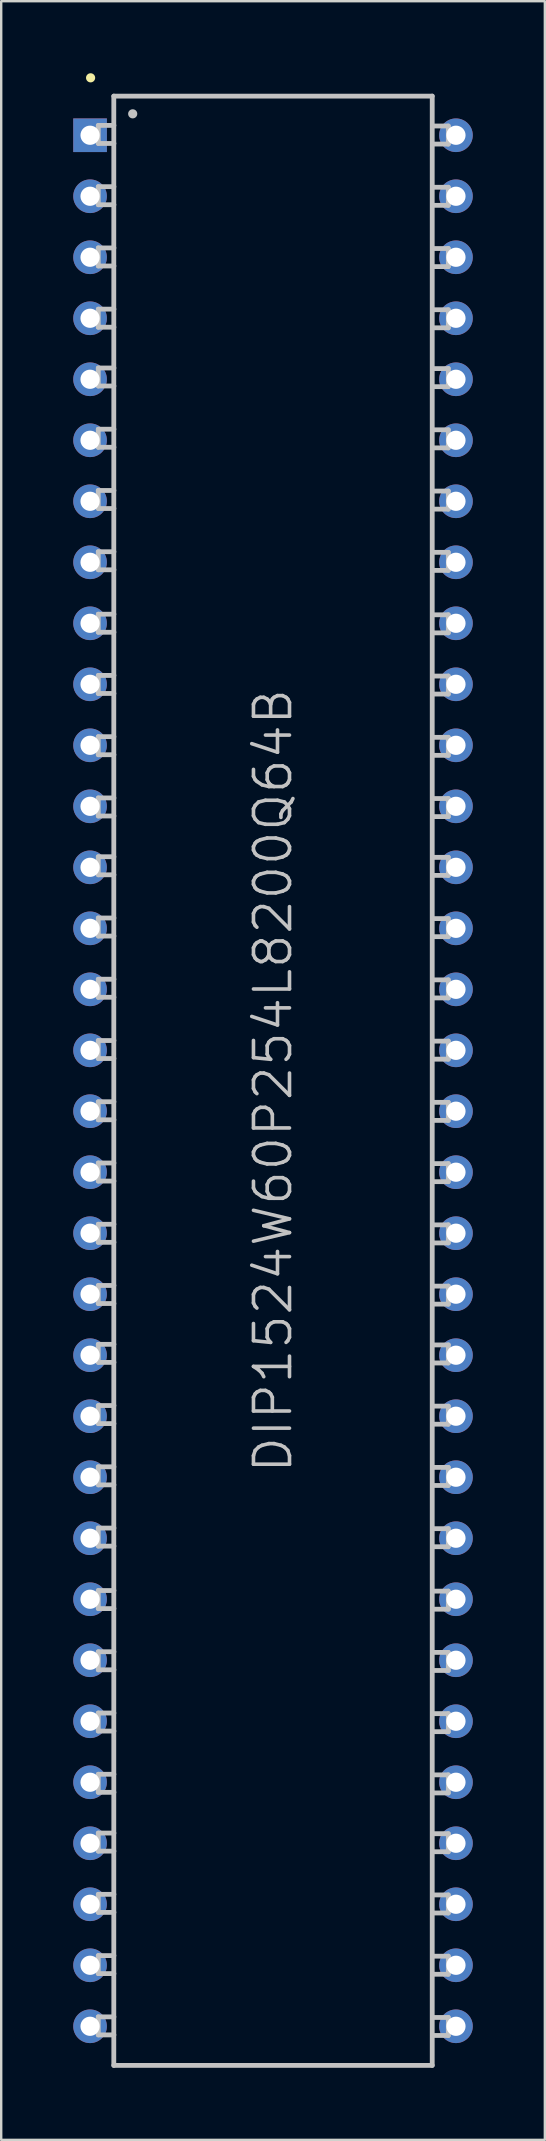
<source format=kicad_pcb>
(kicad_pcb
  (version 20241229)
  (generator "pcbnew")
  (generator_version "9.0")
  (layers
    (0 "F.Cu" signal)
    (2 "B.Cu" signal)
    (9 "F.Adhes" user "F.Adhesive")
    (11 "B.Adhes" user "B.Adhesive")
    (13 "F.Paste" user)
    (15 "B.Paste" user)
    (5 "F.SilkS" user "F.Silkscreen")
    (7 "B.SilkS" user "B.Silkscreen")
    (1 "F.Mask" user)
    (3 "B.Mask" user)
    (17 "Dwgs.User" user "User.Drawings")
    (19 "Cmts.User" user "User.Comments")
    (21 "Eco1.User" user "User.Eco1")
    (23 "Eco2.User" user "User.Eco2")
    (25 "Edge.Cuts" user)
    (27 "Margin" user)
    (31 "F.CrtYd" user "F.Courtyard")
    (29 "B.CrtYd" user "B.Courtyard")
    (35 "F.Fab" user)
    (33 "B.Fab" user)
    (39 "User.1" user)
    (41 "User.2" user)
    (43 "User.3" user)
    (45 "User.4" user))
  (footprint "DIP1524W60P254L8200Q64B"
    (layer "F.Cu")
    (at 8.317 41.948)
    (property "Reference" "DIP1524W60P254L8200Q64B" (at 0 0 90) (layer "Dwgs.User") (effects (font (size 1.5 1.5) (thickness 0.15))))
    (attr through_hole)
    (fp_line (start -7.595 -41.758) (end -7.595 -41.758) (stroke (width 0.381) (type solid)) (layer "F.SilkS"))
    (fp_line (start -7.275 -39.776) (end -6.624 -39.776) (stroke (width 0.2) (type solid)) (layer "Dwgs.User"))
    (fp_line (start -7.275 -39.025) (end -7.275 -39.776) (stroke (width 0.2) (type solid)) (layer "Dwgs.User"))
    (fp_line (start -7.275 -39.025) (end -6.624 -39.025) (stroke (width 0.2) (type solid)) (layer "Dwgs.User"))
    (fp_line (start -7.275 -37.226) (end -6.624 -37.226) (stroke (width 0.2) (type solid)) (layer "Dwgs.User"))
    (fp_line (start -7.275 -36.474) (end -7.275 -37.226) (stroke (width 0.2) (type solid)) (layer "Dwgs.User"))
    (fp_line (start -7.275 -36.474) (end -6.624 -36.474) (stroke (width 0.2) (type solid)) (layer "Dwgs.User"))
    (fp_line (start -7.275 -34.676) (end -6.624 -34.676) (stroke (width 0.2) (type solid)) (layer "Dwgs.User"))
    (fp_line (start -7.275 -33.924) (end -7.275 -34.676) (stroke (width 0.2) (type solid)) (layer "Dwgs.User"))
    (fp_line (start -7.275 -33.924) (end -6.624 -33.924) (stroke (width 0.2) (type solid)) (layer "Dwgs.User"))
    (fp_line (start -7.275 -32.126) (end -6.624 -32.126) (stroke (width 0.2) (type solid)) (layer "Dwgs.User"))
    (fp_line (start -7.275 -31.374) (end -7.275 -32.126) (stroke (width 0.2) (type solid)) (layer "Dwgs.User"))
    (fp_line (start -7.275 -31.374) (end -6.624 -31.374) (stroke (width 0.2) (type solid)) (layer "Dwgs.User"))
    (fp_line (start -7.275 -29.677) (end -6.624 -29.677) (stroke (width 0.2) (type solid)) (layer "Dwgs.User"))
    (fp_line (start -7.275 -28.926) (end -7.275 -29.677) (stroke (width 0.2) (type solid)) (layer "Dwgs.User"))
    (fp_line (start -7.275 -28.926) (end -6.624 -28.926) (stroke (width 0.2) (type solid)) (layer "Dwgs.User"))
    (fp_line (start -7.275 -27.127) (end -6.624 -27.127) (stroke (width 0.2) (type solid)) (layer "Dwgs.User"))
    (fp_line (start -7.275 -26.375) (end -7.275 -27.127) (stroke (width 0.2) (type solid)) (layer "Dwgs.User"))
    (fp_line (start -7.275 -26.375) (end -6.624 -26.375) (stroke (width 0.2) (type solid)) (layer "Dwgs.User"))
    (fp_line (start -7.275 -24.577) (end -6.624 -24.577) (stroke (width 0.2) (type solid)) (layer "Dwgs.User"))
    (fp_line (start -7.275 -23.825) (end -7.275 -24.577) (stroke (width 0.2) (type solid)) (layer "Dwgs.User"))
    (fp_line (start -7.275 -23.825) (end -6.624 -23.825) (stroke (width 0.2) (type solid)) (layer "Dwgs.User"))
    (fp_line (start -7.275 -22.027) (end -6.624 -22.027) (stroke (width 0.2) (type solid)) (layer "Dwgs.User"))
    (fp_line (start -7.275 -21.275) (end -7.275 -22.027) (stroke (width 0.2) (type solid)) (layer "Dwgs.User"))
    (fp_line (start -7.275 -21.275) (end -6.624 -21.275) (stroke (width 0.2) (type solid)) (layer "Dwgs.User"))
    (fp_line (start -7.275 -19.426) (end -6.624 -19.426) (stroke (width 0.2) (type solid)) (layer "Dwgs.User"))
    (fp_line (start -7.275 -18.674) (end -7.275 -19.426) (stroke (width 0.2) (type solid)) (layer "Dwgs.User"))
    (fp_line (start -7.275 -18.674) (end -6.624 -18.674) (stroke (width 0.2) (type solid)) (layer "Dwgs.User"))
    (fp_line (start -7.275 -16.876) (end -6.624 -16.876) (stroke (width 0.2) (type solid)) (layer "Dwgs.User"))
    (fp_line (start -7.275 -16.124) (end -7.275 -16.876) (stroke (width 0.2) (type solid)) (layer "Dwgs.User"))
    (fp_line (start -7.275 -16.124) (end -6.624 -16.124) (stroke (width 0.2) (type solid)) (layer "Dwgs.User"))
    (fp_line (start -7.275 -14.326) (end -6.624 -14.326) (stroke (width 0.2) (type solid)) (layer "Dwgs.User"))
    (fp_line (start -7.275 -13.574) (end -7.275 -14.326) (stroke (width 0.2) (type solid)) (layer "Dwgs.User"))
    (fp_line (start -7.275 -13.574) (end -6.624 -13.574) (stroke (width 0.2) (type solid)) (layer "Dwgs.User"))
    (fp_line (start -7.275 -11.775) (end -6.624 -11.775) (stroke (width 0.2) (type solid)) (layer "Dwgs.User"))
    (fp_line (start -7.275 -11.024) (end -7.275 -11.775) (stroke (width 0.2) (type solid)) (layer "Dwgs.User"))
    (fp_line (start -7.275 -11.024) (end -6.624 -11.024) (stroke (width 0.2) (type solid)) (layer "Dwgs.User"))
    (fp_line (start -7.275 -9.327) (end -6.624 -9.327) (stroke (width 0.2) (type solid)) (layer "Dwgs.User"))
    (fp_line (start -7.275 -8.575) (end -7.275 -9.327) (stroke (width 0.2) (type solid)) (layer "Dwgs.User"))
    (fp_line (start -7.275 -8.575) (end -6.624 -8.575) (stroke (width 0.2) (type solid)) (layer "Dwgs.User"))
    (fp_line (start -7.275 -6.777) (end -6.624 -6.777) (stroke (width 0.2) (type solid)) (layer "Dwgs.User"))
    (fp_line (start -7.275 -6.025) (end -7.275 -6.777) (stroke (width 0.2) (type solid)) (layer "Dwgs.User"))
    (fp_line (start -7.275 -6.025) (end -6.624 -6.025) (stroke (width 0.2) (type solid)) (layer "Dwgs.User"))
    (fp_line (start -7.275 -4.227) (end -6.624 -4.227) (stroke (width 0.2) (type solid)) (layer "Dwgs.User"))
    (fp_line (start -7.275 -3.475) (end -7.275 -4.227) (stroke (width 0.2) (type solid)) (layer "Dwgs.User"))
    (fp_line (start -7.275 -3.475) (end -6.624 -3.475) (stroke (width 0.2) (type solid)) (layer "Dwgs.User"))
    (fp_line (start -7.275 -1.676) (end -6.624 -1.676) (stroke (width 0.2) (type solid)) (layer "Dwgs.User"))
    (fp_line (start -7.275 -0.925) (end -7.275 -1.676) (stroke (width 0.2) (type solid)) (layer "Dwgs.User"))
    (fp_line (start -7.275 -0.925) (end -6.624 -0.925) (stroke (width 0.2) (type solid)) (layer "Dwgs.User"))
    (fp_line (start -7.275 0.874) (end -6.624 0.874) (stroke (width 0.2) (type solid)) (layer "Dwgs.User"))
    (fp_line (start -7.275 1.626) (end -7.275 0.874) (stroke (width 0.2) (type solid)) (layer "Dwgs.User"))
    (fp_line (start -7.275 1.626) (end -6.624 1.626) (stroke (width 0.2) (type solid)) (layer "Dwgs.User"))
    (fp_line (start -7.275 3.424) (end -6.624 3.424) (stroke (width 0.2) (type solid)) (layer "Dwgs.User"))
    (fp_line (start -7.275 4.176) (end -7.275 3.424) (stroke (width 0.2) (type solid)) (layer "Dwgs.User"))
    (fp_line (start -7.275 4.176) (end -6.624 4.176) (stroke (width 0.2) (type solid)) (layer "Dwgs.User"))
    (fp_line (start -7.275 5.974) (end -6.624 5.974) (stroke (width 0.2) (type solid)) (layer "Dwgs.User"))
    (fp_line (start -7.275 6.726) (end -7.275 5.974) (stroke (width 0.2) (type solid)) (layer "Dwgs.User"))
    (fp_line (start -7.275 6.726) (end -6.624 6.726) (stroke (width 0.2) (type solid)) (layer "Dwgs.User"))
    (fp_line (start -7.275 8.524) (end -6.624 8.524) (stroke (width 0.2) (type solid)) (layer "Dwgs.User"))
    (fp_line (start -7.275 9.276) (end -7.275 8.524) (stroke (width 0.2) (type solid)) (layer "Dwgs.User"))
    (fp_line (start -7.275 9.276) (end -6.624 9.276) (stroke (width 0.2) (type solid)) (layer "Dwgs.User"))
    (fp_line (start -7.275 10.973) (end -6.624 10.973) (stroke (width 0.2) (type solid)) (layer "Dwgs.User"))
    (fp_line (start -7.275 11.725) (end -7.275 10.973) (stroke (width 0.2) (type solid)) (layer "Dwgs.User"))
    (fp_line (start -7.275 11.725) (end -6.624 11.725) (stroke (width 0.2) (type solid)) (layer "Dwgs.User"))
    (fp_line (start -7.275 13.523) (end -6.624 13.523) (stroke (width 0.2) (type solid)) (layer "Dwgs.User"))
    (fp_line (start -7.275 14.275) (end -7.275 13.523) (stroke (width 0.2) (type solid)) (layer "Dwgs.User"))
    (fp_line (start -7.275 14.275) (end -6.624 14.275) (stroke (width 0.2) (type solid)) (layer "Dwgs.User"))
    (fp_line (start -7.275 16.073) (end -6.624 16.073) (stroke (width 0.2) (type solid)) (layer "Dwgs.User"))
    (fp_line (start -7.275 16.825) (end -7.275 16.073) (stroke (width 0.2) (type solid)) (layer "Dwgs.User"))
    (fp_line (start -7.275 16.825) (end -6.624 16.825) (stroke (width 0.2) (type solid)) (layer "Dwgs.User"))
    (fp_line (start -7.275 18.623) (end -6.624 18.623) (stroke (width 0.2) (type solid)) (layer "Dwgs.User"))
    (fp_line (start -7.275 19.375) (end -7.275 18.623) (stroke (width 0.2) (type solid)) (layer "Dwgs.User"))
    (fp_line (start -7.275 19.375) (end -6.624 19.375) (stroke (width 0.2) (type solid)) (layer "Dwgs.User"))
    (fp_line (start -7.275 21.224) (end -6.624 21.224) (stroke (width 0.2) (type solid)) (layer "Dwgs.User"))
    (fp_line (start -7.275 21.976) (end -7.275 21.224) (stroke (width 0.2) (type solid)) (layer "Dwgs.User"))
    (fp_line (start -7.275 21.976) (end -6.624 21.976) (stroke (width 0.2) (type solid)) (layer "Dwgs.User"))
    (fp_line (start -7.275 23.774) (end -6.624 23.774) (stroke (width 0.2) (type solid)) (layer "Dwgs.User"))
    (fp_line (start -7.275 24.526) (end -7.275 23.774) (stroke (width 0.2) (type solid)) (layer "Dwgs.User"))
    (fp_line (start -7.275 24.526) (end -6.624 24.526) (stroke (width 0.2) (type solid)) (layer "Dwgs.User"))
    (fp_line (start -7.275 26.325) (end -6.624 26.325) (stroke (width 0.2) (type solid)) (layer "Dwgs.User"))
    (fp_line (start -7.275 27.076) (end -7.275 26.325) (stroke (width 0.2) (type solid)) (layer "Dwgs.User"))
    (fp_line (start -7.275 27.076) (end -6.624 27.076) (stroke (width 0.2) (type solid)) (layer "Dwgs.User"))
    (fp_line (start -7.275 28.875) (end -6.624 28.875) (stroke (width 0.2) (type solid)) (layer "Dwgs.User"))
    (fp_line (start -7.275 29.627) (end -7.275 28.875) (stroke (width 0.2) (type solid)) (layer "Dwgs.User"))
    (fp_line (start -7.275 29.627) (end -6.624 29.627) (stroke (width 0.2) (type solid)) (layer "Dwgs.User"))
    (fp_line (start -7.275 31.323) (end -6.624 31.323) (stroke (width 0.2) (type solid)) (layer "Dwgs.User"))
    (fp_line (start -7.275 32.075) (end -7.275 31.323) (stroke (width 0.2) (type solid)) (layer "Dwgs.User"))
    (fp_line (start -7.275 32.075) (end -6.624 32.075) (stroke (width 0.2) (type solid)) (layer "Dwgs.User"))
    (fp_line (start -7.275 33.873) (end -6.624 33.873) (stroke (width 0.2) (type solid)) (layer "Dwgs.User"))
    (fp_line (start -7.275 34.625) (end -7.275 33.873) (stroke (width 0.2) (type solid)) (layer "Dwgs.User"))
    (fp_line (start -7.275 34.625) (end -6.624 34.625) (stroke (width 0.2) (type solid)) (layer "Dwgs.User"))
    (fp_line (start -7.275 36.424) (end -6.624 36.424) (stroke (width 0.2) (type solid)) (layer "Dwgs.User"))
    (fp_line (start -7.275 37.175) (end -7.275 36.424) (stroke (width 0.2) (type solid)) (layer "Dwgs.User"))
    (fp_line (start -7.275 37.175) (end -6.624 37.175) (stroke (width 0.2) (type solid)) (layer "Dwgs.User"))
    (fp_line (start -7.275 38.974) (end -6.624 38.974) (stroke (width 0.2) (type solid)) (layer "Dwgs.User"))
    (fp_line (start -7.275 39.726) (end -7.275 38.974) (stroke (width 0.2) (type solid)) (layer "Dwgs.User"))
    (fp_line (start -7.275 39.726) (end -6.624 39.726) (stroke (width 0.2) (type solid)) (layer "Dwgs.User"))
    (fp_line (start -6.629 -40.996) (end -6.629 40.996) (stroke (width 0.2) (type solid)) (layer "Dwgs.User"))
    (fp_line (start -6.629 -40.996) (end 6.629 -40.996) (stroke (width 0.2) (type solid)) (layer "Dwgs.User"))
    (fp_line (start -6.629 40.996) (end 6.629 40.996) (stroke (width 0.2) (type solid)) (layer "Dwgs.User"))
    (fp_line (start -5.842 -40.259) (end -5.842 -40.259) (stroke (width 0.381) (type solid)) (layer "Dwgs.User"))
    (fp_line (start 6.629 -40.996) (end 6.629 40.996) (stroke (width 0.2) (type solid)) (layer "Dwgs.User"))
    (fp_line (start 7.3 -39.751) (end 6.65 -39.751) (stroke (width 0.2) (type solid)) (layer "Dwgs.User"))
    (fp_line (start 7.3 -39.751) (end 7.3 -38.999) (stroke (width 0.2) (type solid)) (layer "Dwgs.User"))
    (fp_line (start 7.3 -38.999) (end 6.65 -38.999) (stroke (width 0.2) (type solid)) (layer "Dwgs.User"))
    (fp_line (start 7.3 -37.201) (end 6.65 -37.201) (stroke (width 0.2) (type solid)) (layer "Dwgs.User"))
    (fp_line (start 7.3 -37.201) (end 7.3 -36.449) (stroke (width 0.2) (type solid)) (layer "Dwgs.User"))
    (fp_line (start 7.3 -36.449) (end 6.65 -36.449) (stroke (width 0.2) (type solid)) (layer "Dwgs.User"))
    (fp_line (start 7.3 -34.651) (end 6.65 -34.651) (stroke (width 0.2) (type solid)) (layer "Dwgs.User"))
    (fp_line (start 7.3 -34.651) (end 7.3 -33.899) (stroke (width 0.2) (type solid)) (layer "Dwgs.User"))
    (fp_line (start 7.3 -33.899) (end 6.65 -33.899) (stroke (width 0.2) (type solid)) (layer "Dwgs.User"))
    (fp_line (start 7.3 -32.101) (end 6.65 -32.101) (stroke (width 0.2) (type solid)) (layer "Dwgs.User"))
    (fp_line (start 7.3 -32.101) (end 7.3 -31.349) (stroke (width 0.2) (type solid)) (layer "Dwgs.User"))
    (fp_line (start 7.3 -31.349) (end 6.65 -31.349) (stroke (width 0.2) (type solid)) (layer "Dwgs.User"))
    (fp_line (start 7.3 -29.652) (end 6.65 -29.652) (stroke (width 0.2) (type solid)) (layer "Dwgs.User"))
    (fp_line (start 7.3 -29.652) (end 7.3 -28.9) (stroke (width 0.2) (type solid)) (layer "Dwgs.User"))
    (fp_line (start 7.3 -28.9) (end 6.65 -28.9) (stroke (width 0.2) (type solid)) (layer "Dwgs.User"))
    (fp_line (start 7.3 -27.102) (end 6.65 -27.102) (stroke (width 0.2) (type solid)) (layer "Dwgs.User"))
    (fp_line (start 7.3 -27.102) (end 7.3 -26.35) (stroke (width 0.2) (type solid)) (layer "Dwgs.User"))
    (fp_line (start 7.3 -26.35) (end 6.65 -26.35) (stroke (width 0.2) (type solid)) (layer "Dwgs.User"))
    (fp_line (start 7.3 -24.552) (end 6.65 -24.552) (stroke (width 0.2) (type solid)) (layer "Dwgs.User"))
    (fp_line (start 7.3 -24.552) (end 7.3 -23.8) (stroke (width 0.2) (type solid)) (layer "Dwgs.User"))
    (fp_line (start 7.3 -23.8) (end 6.65 -23.8) (stroke (width 0.2) (type solid)) (layer "Dwgs.User"))
    (fp_line (start 7.3 -22.001) (end 6.65 -22.001) (stroke (width 0.2) (type solid)) (layer "Dwgs.User"))
    (fp_line (start 7.3 -22.001) (end 7.3 -21.25) (stroke (width 0.2) (type solid)) (layer "Dwgs.User"))
    (fp_line (start 7.3 -21.25) (end 6.65 -21.25) (stroke (width 0.2) (type solid)) (layer "Dwgs.User"))
    (fp_line (start 7.3 -19.401) (end 6.65 -19.401) (stroke (width 0.2) (type solid)) (layer "Dwgs.User"))
    (fp_line (start 7.3 -19.401) (end 7.3 -18.649) (stroke (width 0.2) (type solid)) (layer "Dwgs.User"))
    (fp_line (start 7.3 -18.649) (end 6.65 -18.649) (stroke (width 0.2) (type solid)) (layer "Dwgs.User"))
    (fp_line (start 7.3 -16.85) (end 6.65 -16.85) (stroke (width 0.2) (type solid)) (layer "Dwgs.User"))
    (fp_line (start 7.3 -16.85) (end 7.3 -16.099) (stroke (width 0.2) (type solid)) (layer "Dwgs.User"))
    (fp_line (start 7.3 -16.099) (end 6.65 -16.099) (stroke (width 0.2) (type solid)) (layer "Dwgs.User"))
    (fp_line (start 7.3 -14.3) (end 6.65 -14.3) (stroke (width 0.2) (type solid)) (layer "Dwgs.User"))
    (fp_line (start 7.3 -14.3) (end 7.3 -13.548) (stroke (width 0.2) (type solid)) (layer "Dwgs.User"))
    (fp_line (start 7.3 -13.548) (end 6.65 -13.548) (stroke (width 0.2) (type solid)) (layer "Dwgs.User"))
    (fp_line (start 7.3 -11.75) (end 6.65 -11.75) (stroke (width 0.2) (type solid)) (layer "Dwgs.User"))
    (fp_line (start 7.3 -11.75) (end 7.3 -10.998) (stroke (width 0.2) (type solid)) (layer "Dwgs.User"))
    (fp_line (start 7.3 -10.998) (end 6.65 -10.998) (stroke (width 0.2) (type solid)) (layer "Dwgs.User"))
    (fp_line (start 7.3 -9.301) (end 6.65 -9.301) (stroke (width 0.2) (type solid)) (layer "Dwgs.User"))
    (fp_line (start 7.3 -9.301) (end 7.3 -8.55) (stroke (width 0.2) (type solid)) (layer "Dwgs.User"))
    (fp_line (start 7.3 -8.55) (end 6.65 -8.55) (stroke (width 0.2) (type solid)) (layer "Dwgs.User"))
    (fp_line (start 7.3 -6.751) (end 6.65 -6.751) (stroke (width 0.2) (type solid)) (layer "Dwgs.User"))
    (fp_line (start 7.3 -6.751) (end 7.3 -5.999) (stroke (width 0.2) (type solid)) (layer "Dwgs.User"))
    (fp_line (start 7.3 -5.999) (end 6.65 -5.999) (stroke (width 0.2) (type solid)) (layer "Dwgs.User"))
    (fp_line (start 7.3 -4.201) (end 6.65 -4.201) (stroke (width 0.2) (type solid)) (layer "Dwgs.User"))
    (fp_line (start 7.3 -4.201) (end 7.3 -3.449) (stroke (width 0.2) (type solid)) (layer "Dwgs.User"))
    (fp_line (start 7.3 -3.449) (end 6.65 -3.449) (stroke (width 0.2) (type solid)) (layer "Dwgs.User"))
    (fp_line (start 7.3 -1.651) (end 6.65 -1.651) (stroke (width 0.2) (type solid)) (layer "Dwgs.User"))
    (fp_line (start 7.3 -1.651) (end 7.3 -0.899) (stroke (width 0.2) (type solid)) (layer "Dwgs.User"))
    (fp_line (start 7.3 -0.899) (end 6.65 -0.899) (stroke (width 0.2) (type solid)) (layer "Dwgs.User"))
    (fp_line (start 7.3 0.899) (end 6.65 0.899) (stroke (width 0.2) (type solid)) (layer "Dwgs.User"))
    (fp_line (start 7.3 0.899) (end 7.3 1.651) (stroke (width 0.2) (type solid)) (layer "Dwgs.User"))
    (fp_line (start 7.3 1.651) (end 6.65 1.651) (stroke (width 0.2) (type solid)) (layer "Dwgs.User"))
    (fp_line (start 7.3 3.449) (end 6.65 3.449) (stroke (width 0.2) (type solid)) (layer "Dwgs.User"))
    (fp_line (start 7.3 3.449) (end 7.3 4.201) (stroke (width 0.2) (type solid)) (layer "Dwgs.User"))
    (fp_line (start 7.3 4.201) (end 6.65 4.201) (stroke (width 0.2) (type solid)) (layer "Dwgs.User"))
    (fp_line (start 7.3 5.999) (end 6.65 5.999) (stroke (width 0.2) (type solid)) (layer "Dwgs.User"))
    (fp_line (start 7.3 5.999) (end 7.3 6.751) (stroke (width 0.2) (type solid)) (layer "Dwgs.User"))
    (fp_line (start 7.3 6.751) (end 6.65 6.751) (stroke (width 0.2) (type solid)) (layer "Dwgs.User"))
    (fp_line (start 7.3 8.55) (end 6.65 8.55) (stroke (width 0.2) (type solid)) (layer "Dwgs.User"))
    (fp_line (start 7.3 8.55) (end 7.3 9.301) (stroke (width 0.2) (type solid)) (layer "Dwgs.User"))
    (fp_line (start 7.3 9.301) (end 6.65 9.301) (stroke (width 0.2) (type solid)) (layer "Dwgs.User"))
    (fp_line (start 7.3 10.998) (end 6.65 10.998) (stroke (width 0.2) (type solid)) (layer "Dwgs.User"))
    (fp_line (start 7.3 10.998) (end 7.3 11.75) (stroke (width 0.2) (type solid)) (layer "Dwgs.User"))
    (fp_line (start 7.3 11.75) (end 6.65 11.75) (stroke (width 0.2) (type solid)) (layer "Dwgs.User"))
    (fp_line (start 7.3 13.548) (end 6.65 13.548) (stroke (width 0.2) (type solid)) (layer "Dwgs.User"))
    (fp_line (start 7.3 13.548) (end 7.3 14.3) (stroke (width 0.2) (type solid)) (layer "Dwgs.User"))
    (fp_line (start 7.3 14.3) (end 6.65 14.3) (stroke (width 0.2) (type solid)) (layer "Dwgs.User"))
    (fp_line (start 7.3 16.099) (end 6.65 16.099) (stroke (width 0.2) (type solid)) (layer "Dwgs.User"))
    (fp_line (start 7.3 16.099) (end 7.3 16.85) (stroke (width 0.2) (type solid)) (layer "Dwgs.User"))
    (fp_line (start 7.3 16.85) (end 6.65 16.85) (stroke (width 0.2) (type solid)) (layer "Dwgs.User"))
    (fp_line (start 7.3 18.649) (end 6.65 18.649) (stroke (width 0.2) (type solid)) (layer "Dwgs.User"))
    (fp_line (start 7.3 18.649) (end 7.3 19.401) (stroke (width 0.2) (type solid)) (layer "Dwgs.User"))
    (fp_line (start 7.3 19.401) (end 6.65 19.401) (stroke (width 0.2) (type solid)) (layer "Dwgs.User"))
    (fp_line (start 7.3 21.25) (end 6.65 21.25) (stroke (width 0.2) (type solid)) (layer "Dwgs.User"))
    (fp_line (start 7.3 21.25) (end 7.3 22.001) (stroke (width 0.2) (type solid)) (layer "Dwgs.User"))
    (fp_line (start 7.3 22.001) (end 6.65 22.001) (stroke (width 0.2) (type solid)) (layer "Dwgs.User"))
    (fp_line (start 7.3 23.8) (end 6.65 23.8) (stroke (width 0.2) (type solid)) (layer "Dwgs.User"))
    (fp_line (start 7.3 23.8) (end 7.3 24.552) (stroke (width 0.2) (type solid)) (layer "Dwgs.User"))
    (fp_line (start 7.3 24.552) (end 6.65 24.552) (stroke (width 0.2) (type solid)) (layer "Dwgs.User"))
    (fp_line (start 7.3 26.35) (end 6.65 26.35) (stroke (width 0.2) (type solid)) (layer "Dwgs.User"))
    (fp_line (start 7.3 26.35) (end 7.3 27.102) (stroke (width 0.2) (type solid)) (layer "Dwgs.User"))
    (fp_line (start 7.3 27.102) (end 6.65 27.102) (stroke (width 0.2) (type solid)) (layer "Dwgs.User"))
    (fp_line (start 7.3 28.9) (end 6.65 28.9) (stroke (width 0.2) (type solid)) (layer "Dwgs.User"))
    (fp_line (start 7.3 28.9) (end 7.3 29.652) (stroke (width 0.2) (type solid)) (layer "Dwgs.User"))
    (fp_line (start 7.3 29.652) (end 6.65 29.652) (stroke (width 0.2) (type solid)) (layer "Dwgs.User"))
    (fp_line (start 7.3 31.349) (end 6.65 31.349) (stroke (width 0.2) (type solid)) (layer "Dwgs.User"))
    (fp_line (start 7.3 31.349) (end 7.3 32.101) (stroke (width 0.2) (type solid)) (layer "Dwgs.User"))
    (fp_line (start 7.3 32.101) (end 6.65 32.101) (stroke (width 0.2) (type solid)) (layer "Dwgs.User"))
    (fp_line (start 7.3 33.899) (end 6.65 33.899) (stroke (width 0.2) (type solid)) (layer "Dwgs.User"))
    (fp_line (start 7.3 33.899) (end 7.3 34.651) (stroke (width 0.2) (type solid)) (layer "Dwgs.User"))
    (fp_line (start 7.3 34.651) (end 6.65 34.651) (stroke (width 0.2) (type solid)) (layer "Dwgs.User"))
    (fp_line (start 7.3 36.449) (end 6.65 36.449) (stroke (width 0.2) (type solid)) (layer "Dwgs.User"))
    (fp_line (start 7.3 36.449) (end 7.3 37.201) (stroke (width 0.2) (type solid)) (layer "Dwgs.User"))
    (fp_line (start 7.3 37.201) (end 6.65 37.201) (stroke (width 0.2) (type solid)) (layer "Dwgs.User"))
    (fp_line (start 7.3 38.999) (end 6.65 38.999) (stroke (width 0.2) (type solid)) (layer "Dwgs.User"))
    (fp_line (start 7.3 38.999) (end 7.3 39.751) (stroke (width 0.2) (type solid)) (layer "Dwgs.User"))
    (fp_line (start 7.3 39.751) (end 6.65 39.751) (stroke (width 0.2) (type solid)) (layer "Dwgs.User"))
    (pad "1" thru_hole rect (at -7.617 -39.367 180) (size 1.4 1.4) (drill 0.8) (layers "*.Cu" "*.Mask"))
    (pad "2" thru_hole circle (at -7.617 -36.827 180) (size 1.4 1.4) (drill 0.8) (layers "*.Cu" "*.Mask"))
    (pad "3" thru_hole circle (at -7.617 -34.287 180) (size 1.4 1.4) (drill 0.8) (layers "*.Cu" "*.Mask"))
    (pad "4" thru_hole circle (at -7.617 -31.747 180) (size 1.4 1.4) (drill 0.8) (layers "*.Cu" "*.Mask"))
    (pad "5" thru_hole circle (at -7.617 -29.207 180) (size 1.4 1.4) (drill 0.8) (layers "*.Cu" "*.Mask"))
    (pad "6" thru_hole circle (at -7.617 -26.667 180) (size 1.4 1.4) (drill 0.8) (layers "*.Cu" "*.Mask"))
    (pad "7" thru_hole circle (at -7.617 -24.127 180) (size 1.4 1.4) (drill 0.8) (layers "*.Cu" "*.Mask"))
    (pad "8" thru_hole circle (at -7.617 -21.587 180) (size 1.4 1.4) (drill 0.8) (layers "*.Cu" "*.Mask"))
    (pad "9" thru_hole circle (at -7.617 -19.047 180) (size 1.4 1.4) (drill 0.8) (layers "*.Cu" "*.Mask"))
    (pad "10" thru_hole circle (at -7.617 -16.507 180) (size 1.4 1.4) (drill 0.8) (layers "*.Cu" "*.Mask"))
    (pad "11" thru_hole circle (at -7.617 -13.967 180) (size 1.4 1.4) (drill 0.8) (layers "*.Cu" "*.Mask"))
    (pad "12" thru_hole circle (at -7.617 -11.427 180) (size 1.4 1.4) (drill 0.8) (layers "*.Cu" "*.Mask"))
    (pad "13" thru_hole circle (at -7.617 -8.887 180) (size 1.4 1.4) (drill 0.8) (layers "*.Cu" "*.Mask"))
    (pad "14" thru_hole circle (at -7.617 -6.347 180) (size 1.4 1.4) (drill 0.8) (layers "*.Cu" "*.Mask"))
    (pad "15" thru_hole circle (at -7.617 -3.807 180) (size 1.4 1.4) (drill 0.8) (layers "*.Cu" "*.Mask"))
    (pad "16" thru_hole circle (at -7.617 -1.267 180) (size 1.4 1.4) (drill 0.8) (layers "*.Cu" "*.Mask"))
    (pad "17" thru_hole circle (at -7.617 1.267 180) (size 1.4 1.4) (drill 0.8) (layers "*.Cu" "*.Mask"))
    (pad "18" thru_hole circle (at -7.617 3.807 180) (size 1.4 1.4) (drill 0.8) (layers "*.Cu" "*.Mask"))
    (pad "19" thru_hole circle (at -7.617 6.347 180) (size 1.4 1.4) (drill 0.8) (layers "*.Cu" "*.Mask"))
    (pad "20" thru_hole circle (at -7.617 8.887 180) (size 1.4 1.4) (drill 0.8) (layers "*.Cu" "*.Mask"))
    (pad "21" thru_hole circle (at -7.617 11.427 180) (size 1.4 1.4) (drill 0.8) (layers "*.Cu" "*.Mask"))
    (pad "22" thru_hole circle (at -7.617 13.967 180) (size 1.4 1.4) (drill 0.8) (layers "*.Cu" "*.Mask"))
    (pad "23" thru_hole circle (at -7.617 16.507 180) (size 1.4 1.4) (drill 0.8) (layers "*.Cu" "*.Mask"))
    (pad "24" thru_hole circle (at -7.617 19.047 180) (size 1.4 1.4) (drill 0.8) (layers "*.Cu" "*.Mask"))
    (pad "25" thru_hole circle (at -7.617 21.587 180) (size 1.4 1.4) (drill 0.8) (layers "*.Cu" "*.Mask"))
    (pad "26" thru_hole circle (at -7.617 24.127 180) (size 1.4 1.4) (drill 0.8) (layers "*.Cu" "*.Mask"))
    (pad "27" thru_hole circle (at -7.617 26.667 180) (size 1.4 1.4) (drill 0.8) (layers "*.Cu" "*.Mask"))
    (pad "28" thru_hole circle (at -7.617 29.207 180) (size 1.4 1.4) (drill 0.8) (layers "*.Cu" "*.Mask"))
    (pad "29" thru_hole circle (at -7.617 31.747 180) (size 1.4 1.4) (drill 0.8) (layers "*.Cu" "*.Mask"))
    (pad "30" thru_hole circle (at -7.617 34.287 180) (size 1.4 1.4) (drill 0.8) (layers "*.Cu" "*.Mask"))
    (pad "31" thru_hole circle (at -7.617 36.827 180) (size 1.4 1.4) (drill 0.8) (layers "*.Cu" "*.Mask"))
    (pad "32" thru_hole circle (at -7.617 39.367 180) (size 1.4 1.4) (drill 0.8) (layers "*.Cu" "*.Mask"))
    (pad "33" thru_hole circle (at 7.617 39.367 180) (size 1.4 1.4) (drill 0.8) (layers "*.Cu" "*.Mask"))
    (pad "34" thru_hole circle (at 7.617 36.827 180) (size 1.4 1.4) (drill 0.8) (layers "*.Cu" "*.Mask"))
    (pad "35" thru_hole circle (at 7.617 34.287 180) (size 1.4 1.4) (drill 0.8) (layers "*.Cu" "*.Mask"))
    (pad "36" thru_hole circle (at 7.617 31.747 180) (size 1.4 1.4) (drill 0.8) (layers "*.Cu" "*.Mask"))
    (pad "37" thru_hole circle (at 7.617 29.207 180) (size 1.4 1.4) (drill 0.8) (layers "*.Cu" "*.Mask"))
    (pad "38" thru_hole circle (at 7.617 26.667 180) (size 1.4 1.4) (drill 0.8) (layers "*.Cu" "*.Mask"))
    (pad "39" thru_hole circle (at 7.617 24.127 180) (size 1.4 1.4) (drill 0.8) (layers "*.Cu" "*.Mask"))
    (pad "40" thru_hole circle (at 7.617 21.587 180) (size 1.4 1.4) (drill 0.8) (layers "*.Cu" "*.Mask"))
    (pad "41" thru_hole circle (at 7.617 19.047 180) (size 1.4 1.4) (drill 0.8) (layers "*.Cu" "*.Mask"))
    (pad "42" thru_hole circle (at 7.617 16.507 180) (size 1.4 1.4) (drill 0.8) (layers "*.Cu" "*.Mask"))
    (pad "43" thru_hole circle (at 7.617 13.967 180) (size 1.4 1.4) (drill 0.8) (layers "*.Cu" "*.Mask"))
    (pad "44" thru_hole circle (at 7.617 11.427 180) (size 1.4 1.4) (drill 0.8) (layers "*.Cu" "*.Mask"))
    (pad "45" thru_hole circle (at 7.617 8.887 180) (size 1.4 1.4) (drill 0.8) (layers "*.Cu" "*.Mask"))
    (pad "46" thru_hole circle (at 7.617 6.347 180) (size 1.4 1.4) (drill 0.8) (layers "*.Cu" "*.Mask"))
    (pad "47" thru_hole circle (at 7.617 3.807 180) (size 1.4 1.4) (drill 0.8) (layers "*.Cu" "*.Mask"))
    (pad "48" thru_hole circle (at 7.617 1.267 180) (size 1.4 1.4) (drill 0.8) (layers "*.Cu" "*.Mask"))
    (pad "49" thru_hole circle (at 7.617 -1.267 180) (size 1.4 1.4) (drill 0.8) (layers "*.Cu" "*.Mask"))
    (pad "50" thru_hole circle (at 7.617 -3.807 180) (size 1.4 1.4) (drill 0.8) (layers "*.Cu" "*.Mask"))
    (pad "51" thru_hole circle (at 7.617 -6.347 180) (size 1.4 1.4) (drill 0.8) (layers "*.Cu" "*.Mask"))
    (pad "52" thru_hole circle (at 7.617 -8.887 180) (size 1.4 1.4) (drill 0.8) (layers "*.Cu" "*.Mask"))
    (pad "53" thru_hole circle (at 7.617 -11.427 180) (size 1.4 1.4) (drill 0.8) (layers "*.Cu" "*.Mask"))
    (pad "54" thru_hole circle (at 7.617 -13.967 180) (size 1.4 1.4) (drill 0.8) (layers "*.Cu" "*.Mask"))
    (pad "55" thru_hole circle (at 7.617 -16.507 180) (size 1.4 1.4) (drill 0.8) (layers "*.Cu" "*.Mask"))
    (pad "56" thru_hole circle (at 7.617 -19.047 180) (size 1.4 1.4) (drill 0.8) (layers "*.Cu" "*.Mask"))
    (pad "57" thru_hole circle (at 7.617 -21.587 180) (size 1.4 1.4) (drill 0.8) (layers "*.Cu" "*.Mask"))
    (pad "58" thru_hole circle (at 7.617 -24.127 180) (size 1.4 1.4) (drill 0.8) (layers "*.Cu" "*.Mask"))
    (pad "59" thru_hole circle (at 7.617 -26.667 180) (size 1.4 1.4) (drill 0.8) (layers "*.Cu" "*.Mask"))
    (pad "60" thru_hole circle (at 7.617 -29.207 180) (size 1.4 1.4) (drill 0.8) (layers "*.Cu" "*.Mask"))
    (pad "61" thru_hole circle (at 7.617 -31.747 180) (size 1.4 1.4) (drill 0.8) (layers "*.Cu" "*.Mask"))
    (pad "62" thru_hole circle (at 7.617 -34.287 180) (size 1.4 1.4) (drill 0.8) (layers "*.Cu" "*.Mask"))
    (pad "63" thru_hole circle (at 7.617 -36.827 180) (size 1.4 1.4) (drill 0.8) (layers "*.Cu" "*.Mask"))
    (pad "64" thru_hole circle (at 7.617 -39.367 180) (size 1.4 1.4) (drill 0.8) (layers "*.Cu" "*.Mask")))
  (gr_rect
    (start -3 -3)
    (end 19.635 86.044)
    (stroke (width 0.1) (type default))
    (fill no)
    (layer "Edge.Cuts")))
</source>
